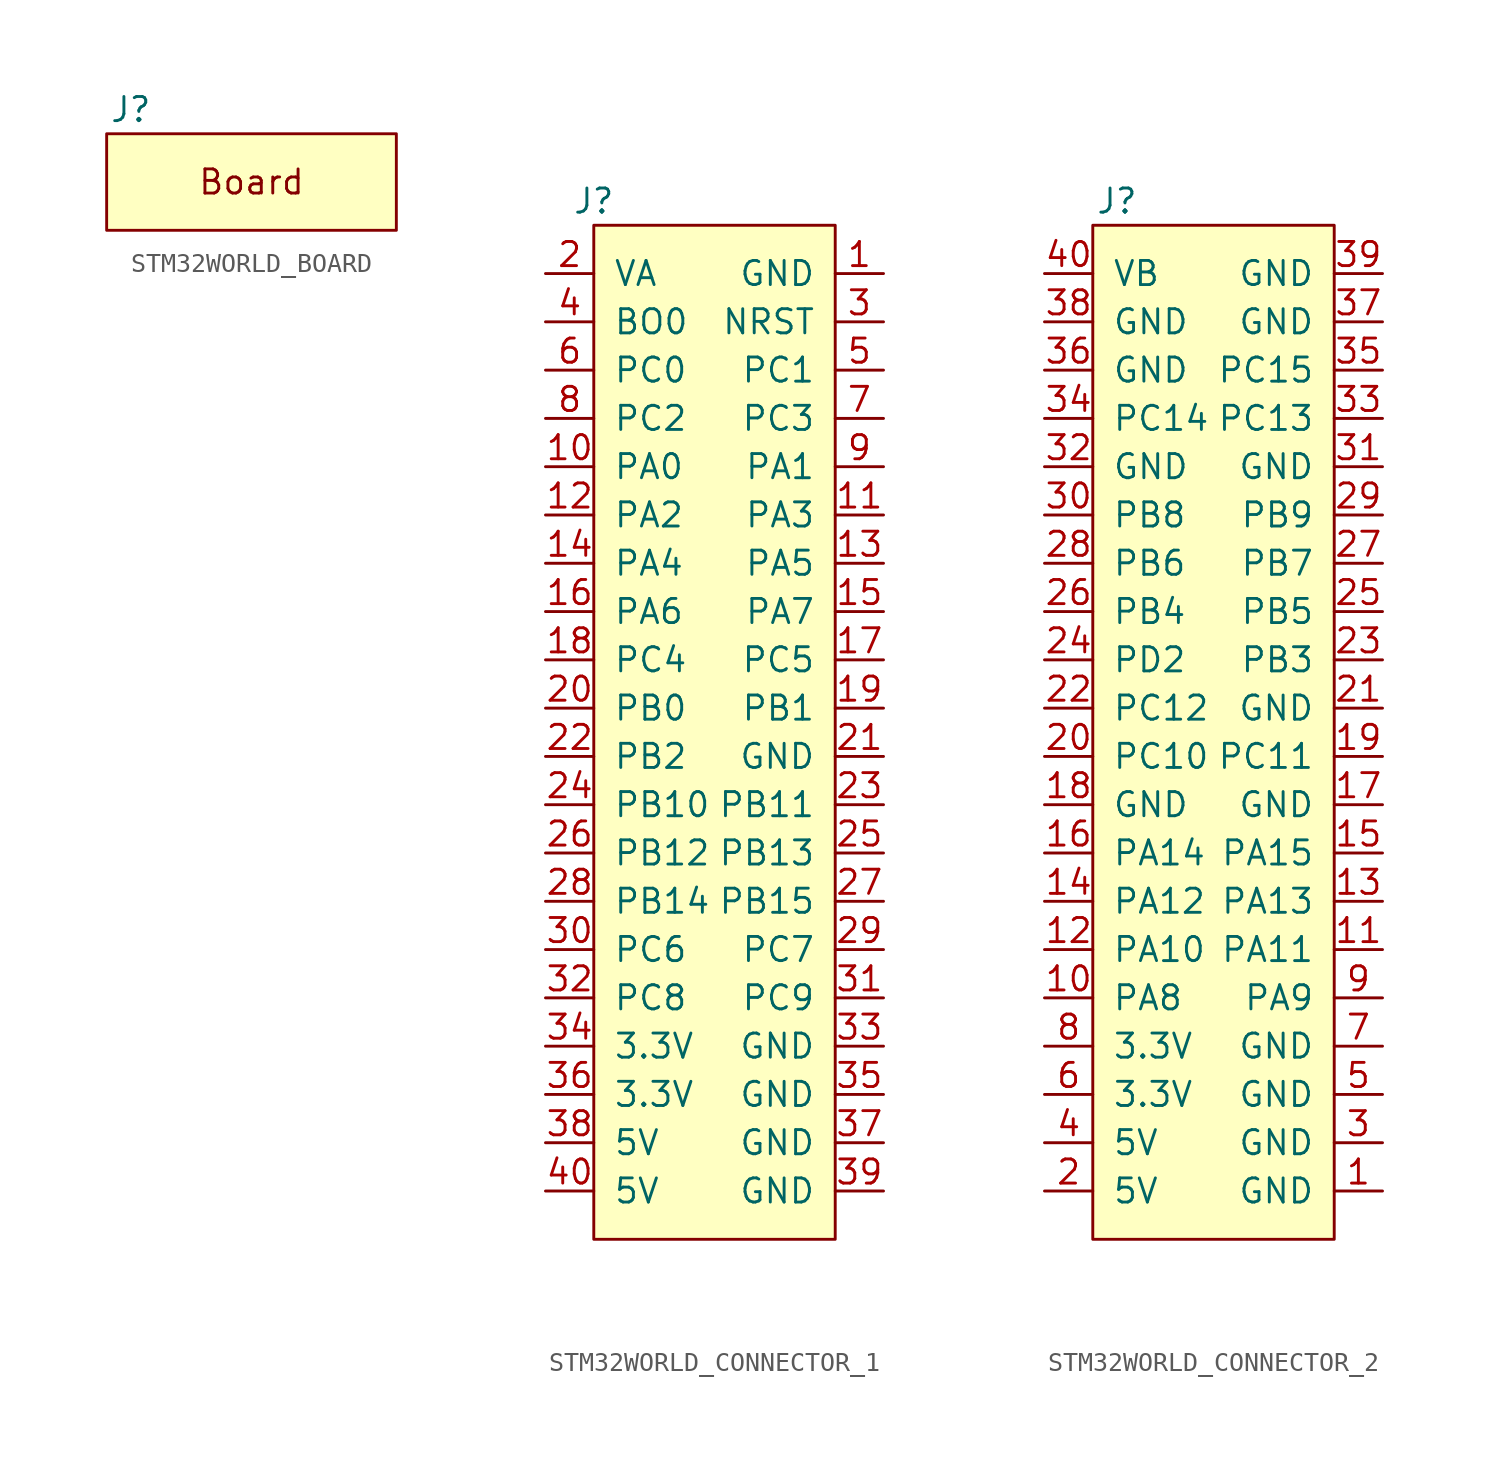
<source format=kicad_sym>
(kicad_symbol_lib
  (version 20241209)
  (generator "kicad_symbol_editor")
  (generator_version "9.0")
  (symbol "STM32WORLD_BOARD"
    (pin_names
      (offset 1.016))
    (property "Reference" "J"
      (at -6.35 3.81 0)
      (effects (font (size 1.27 1.27))))
    (symbol "STM32WORLD_BOARD_0_0"
      (text "Board" (at 0 0 0) (effects (font (size 1.27 1.27)))))
    (symbol "STM32WORLD_BOARD_0_1"
      (rectangle (start -7.62 2.54) (end 7.62 -2.54) (stroke (width 0.152) (type default)) (fill (type background)))))
  (symbol "STM32WORLD_CONNECTOR_1"
    (pin_names
      (offset 1.016))
    (property "Reference" "J"
      (at -6.35 27.94 0)
      (effects (font (size 1.27 1.27))))
    (symbol "STM32WORLD_CONNECTOR_1_0_1"
      (rectangle (start -6.35 26.67) (end 6.35 -26.67) (stroke (width 0) (type default)) (fill (type background))))
    (symbol "STM32WORLD_CONNECTOR_1_1_1"
      (pin passive line (at -8.89 24.13 0) (length 2.54) (name "VA" (effects (font (size 1.27 1.27)))) (number "2" (effects (font (size 1.27 1.27)))))
      (pin passive line (at -8.89 21.59 0) (length 2.54) (name "BO0" (effects (font (size 1.27 1.27)))) (number "4" (effects (font (size 1.27 1.27)))))
      (pin passive line (at -8.89 19.05 0) (length 2.54) (name "PC0" (effects (font (size 1.27 1.27)))) (number "6" (effects (font (size 1.27 1.27)))))
      (pin passive line (at -8.89 16.51 0) (length 2.54) (name "PC2" (effects (font (size 1.27 1.27)))) (number "8" (effects (font (size 1.27 1.27)))))
      (pin passive line (at -8.89 13.97 0) (length 2.54) (name "PA0" (effects (font (size 1.27 1.27)))) (number "10" (effects (font (size 1.27 1.27)))))
      (pin passive line (at -8.89 11.43 0) (length 2.54) (name "PA2" (effects (font (size 1.27 1.27)))) (number "12" (effects (font (size 1.27 1.27)))))
      (pin passive line (at -8.89 8.89 0) (length 2.54) (name "PA4" (effects (font (size 1.27 1.27)))) (number "14" (effects (font (size 1.27 1.27)))))
      (pin passive line (at -8.89 6.35 0) (length 2.54) (name "PA6" (effects (font (size 1.27 1.27)))) (number "16" (effects (font (size 1.27 1.27)))))
      (pin passive line (at -8.89 3.81 0) (length 2.54) (name "PC4" (effects (font (size 1.27 1.27)))) (number "18" (effects (font (size 1.27 1.27)))))
      (pin passive line (at -8.89 1.27 0) (length 2.54) (name "PB0" (effects (font (size 1.27 1.27)))) (number "20" (effects (font (size 1.27 1.27)))))
      (pin passive line (at -8.89 -1.27 0) (length 2.54) (name "PB2" (effects (font (size 1.27 1.27)))) (number "22" (effects (font (size 1.27 1.27)))))
      (pin passive line (at -8.89 -3.81 0) (length 2.54) (name "PB10" (effects (font (size 1.27 1.27)))) (number "24" (effects (font (size 1.27 1.27)))))
      (pin passive line (at -8.89 -6.35 0) (length 2.54) (name "PB12" (effects (font (size 1.27 1.27)))) (number "26" (effects (font (size 1.27 1.27)))))
      (pin passive line (at -8.89 -8.89 0) (length 2.54) (name "PB14" (effects (font (size 1.27 1.27)))) (number "28" (effects (font (size 1.27 1.27)))))
      (pin passive line (at -8.89 -11.43 0) (length 2.54) (name "PC6" (effects (font (size 1.27 1.27)))) (number "30" (effects (font (size 1.27 1.27)))))
      (pin passive line (at -8.89 -13.97 0) (length 2.54) (name "PC8" (effects (font (size 1.27 1.27)))) (number "32" (effects (font (size 1.27 1.27)))))
      (pin passive line (at -8.89 -16.51 0) (length 2.54) (name "3.3V" (effects (font (size 1.27 1.27)))) (number "34" (effects (font (size 1.27 1.27)))))
      (pin passive line (at -8.89 -19.05 0) (length 2.54) (name "3.3V" (effects (font (size 1.27 1.27)))) (number "36" (effects (font (size 1.27 1.27)))))
      (pin passive line (at -8.89 -21.59 0) (length 2.54) (name "5V" (effects (font (size 1.27 1.27)))) (number "38" (effects (font (size 1.27 1.27)))))
      (pin passive line (at -8.89 -24.13 0) (length 2.54) (name "5V" (effects (font (size 1.27 1.27)))) (number "40" (effects (font (size 1.27 1.27)))))
      (pin passive line (at 8.89 24.13 180) (length 2.54) (name "GND" (effects (font (size 1.27 1.27)))) (number "1" (effects (font (size 1.27 1.27)))))
      (pin passive line (at 8.89 21.59 180) (length 2.54) (name "NRST" (effects (font (size 1.27 1.27)))) (number "3" (effects (font (size 1.27 1.27)))))
      (pin passive line (at 8.89 19.05 180) (length 2.54) (name "PC1" (effects (font (size 1.27 1.27)))) (number "5" (effects (font (size 1.27 1.27)))))
      (pin passive line (at 8.89 16.51 180) (length 2.54) (name "PC3" (effects (font (size 1.27 1.27)))) (number "7" (effects (font (size 1.27 1.27)))))
      (pin passive line (at 8.89 13.97 180) (length 2.54) (name "PA1" (effects (font (size 1.27 1.27)))) (number "9" (effects (font (size 1.27 1.27)))))
      (pin passive line (at 8.89 11.43 180) (length 2.54) (name "PA3" (effects (font (size 1.27 1.27)))) (number "11" (effects (font (size 1.27 1.27)))))
      (pin passive line (at 8.89 8.89 180) (length 2.54) (name "PA5" (effects (font (size 1.27 1.27)))) (number "13" (effects (font (size 1.27 1.27)))))
      (pin passive line (at 8.89 6.35 180) (length 2.54) (name "PA7" (effects (font (size 1.27 1.27)))) (number "15" (effects (font (size 1.27 1.27)))))
      (pin passive line (at 8.89 3.81 180) (length 2.54) (name "PC5" (effects (font (size 1.27 1.27)))) (number "17" (effects (font (size 1.27 1.27)))))
      (pin passive line (at 8.89 1.27 180) (length 2.54) (name "PB1" (effects (font (size 1.27 1.27)))) (number "19" (effects (font (size 1.27 1.27)))))
      (pin passive line (at 8.89 -1.27 180) (length 2.54) (name "GND" (effects (font (size 1.27 1.27)))) (number "21" (effects (font (size 1.27 1.27)))))
      (pin passive line (at 8.89 -3.81 180) (length 2.54) (name "PB11" (effects (font (size 1.27 1.27)))) (number "23" (effects (font (size 1.27 1.27)))))
      (pin passive line (at 8.89 -6.35 180) (length 2.54) (name "PB13" (effects (font (size 1.27 1.27)))) (number "25" (effects (font (size 1.27 1.27)))))
      (pin passive line (at 8.89 -8.89 180) (length 2.54) (name "PB15" (effects (font (size 1.27 1.27)))) (number "27" (effects (font (size 1.27 1.27)))))
      (pin passive line (at 8.89 -11.43 180) (length 2.54) (name "PC7" (effects (font (size 1.27 1.27)))) (number "29" (effects (font (size 1.27 1.27)))))
      (pin passive line (at 8.89 -13.97 180) (length 2.54) (name "PC9" (effects (font (size 1.27 1.27)))) (number "31" (effects (font (size 1.27 1.27)))))
      (pin passive line (at 8.89 -16.51 180) (length 2.54) (name "GND" (effects (font (size 1.27 1.27)))) (number "33" (effects (font (size 1.27 1.27)))))
      (pin passive line (at 8.89 -19.05 180) (length 2.54) (name "GND" (effects (font (size 1.27 1.27)))) (number "35" (effects (font (size 1.27 1.27)))))
      (pin passive line (at 8.89 -21.59 180) (length 2.54) (name "GND" (effects (font (size 1.27 1.27)))) (number "37" (effects (font (size 1.27 1.27)))))
      (pin passive line (at 8.89 -24.13 180) (length 2.54) (name "GND" (effects (font (size 1.27 1.27)))) (number "39" (effects (font (size 1.27 1.27)))))))
  (symbol "STM32WORLD_CONNECTOR_2"
    (pin_names
      (offset 1.016))
    (property "Reference" "J"
      (at -5.08 27.94 0)
      (effects (font (size 1.27 1.27))))
    (symbol "STM32WORLD_CONNECTOR_2_0_1"
      (rectangle (start 6.35 26.67) (end -6.35 -26.67) (stroke (width 0) (type default)) (fill (type background))))
    (symbol "STM32WORLD_CONNECTOR_2_1_1"
      (pin passive line (at -8.89 24.13 0) (length 2.54) (name "VB" (effects (font (size 1.27 1.27)))) (number "40" (effects (font (size 1.27 1.27)))))
      (pin passive line (at -8.89 21.59 0) (length 2.54) (name "GND" (effects (font (size 1.27 1.27)))) (number "38" (effects (font (size 1.27 1.27)))))
      (pin passive line (at -8.89 19.05 0) (length 2.54) (name "GND" (effects (font (size 1.27 1.27)))) (number "36" (effects (font (size 1.27 1.27)))))
      (pin passive line (at -8.89 16.51 0) (length 2.54) (name "PC14" (effects (font (size 1.27 1.27)))) (number "34" (effects (font (size 1.27 1.27)))))
      (pin passive line (at -8.89 13.97 0) (length 2.54) (name "GND" (effects (font (size 1.27 1.27)))) (number "32" (effects (font (size 1.27 1.27)))))
      (pin passive line (at -8.89 11.43 0) (length 2.54) (name "PB8" (effects (font (size 1.27 1.27)))) (number "30" (effects (font (size 1.27 1.27)))))
      (pin passive line (at -8.89 8.89 0) (length 2.54) (name "PB6" (effects (font (size 1.27 1.27)))) (number "28" (effects (font (size 1.27 1.27)))))
      (pin passive line (at -8.89 6.35 0) (length 2.54) (name "PB4" (effects (font (size 1.27 1.27)))) (number "26" (effects (font (size 1.27 1.27)))))
      (pin passive line (at -8.89 3.81 0) (length 2.54) (name "PD2" (effects (font (size 1.27 1.27)))) (number "24" (effects (font (size 1.27 1.27)))))
      (pin passive line (at -8.89 1.27 0) (length 2.54) (name "PC12" (effects (font (size 1.27 1.27)))) (number "22" (effects (font (size 1.27 1.27)))))
      (pin passive line (at -8.89 -1.27 0) (length 2.54) (name "PC10" (effects (font (size 1.27 1.27)))) (number "20" (effects (font (size 1.27 1.27)))))
      (pin passive line (at -8.89 -3.81 0) (length 2.54) (name "GND" (effects (font (size 1.27 1.27)))) (number "18" (effects (font (size 1.27 1.27)))))
      (pin passive line (at -8.89 -6.35 0) (length 2.54) (name "PA14" (effects (font (size 1.27 1.27)))) (number "16" (effects (font (size 1.27 1.27)))))
      (pin passive line (at -8.89 -8.89 0) (length 2.54) (name "PA12" (effects (font (size 1.27 1.27)))) (number "14" (effects (font (size 1.27 1.27)))))
      (pin passive line (at -8.89 -11.43 0) (length 2.54) (name "PA10" (effects (font (size 1.27 1.27)))) (number "12" (effects (font (size 1.27 1.27)))))
      (pin passive line (at -8.89 -13.97 0) (length 2.54) (name "PA8" (effects (font (size 1.27 1.27)))) (number "10" (effects (font (size 1.27 1.27)))))
      (pin passive line (at -8.89 -16.51 0) (length 2.54) (name "3.3V" (effects (font (size 1.27 1.27)))) (number "8" (effects (font (size 1.27 1.27)))))
      (pin passive line (at -8.89 -19.05 0) (length 2.54) (name "3.3V" (effects (font (size 1.27 1.27)))) (number "6" (effects (font (size 1.27 1.27)))))
      (pin passive line (at -8.89 -21.59 0) (length 2.54) (name "5V" (effects (font (size 1.27 1.27)))) (number "4" (effects (font (size 1.27 1.27)))))
      (pin passive line (at -8.89 -24.13 0) (length 2.54) (name "5V" (effects (font (size 1.27 1.27)))) (number "2" (effects (font (size 1.27 1.27)))))
      (pin passive line (at 8.89 24.13 180) (length 2.54) (name "GND" (effects (font (size 1.27 1.27)))) (number "39" (effects (font (size 1.27 1.27)))))
      (pin passive line (at 8.89 21.59 180) (length 2.54) (name "GND" (effects (font (size 1.27 1.27)))) (number "37" (effects (font (size 1.27 1.27)))))
      (pin passive line (at 8.89 19.05 180) (length 2.54) (name "PC15" (effects (font (size 1.27 1.27)))) (number "35" (effects (font (size 1.27 1.27)))))
      (pin passive line (at 8.89 16.51 180) (length 2.54) (name "PC13" (effects (font (size 1.27 1.27)))) (number "33" (effects (font (size 1.27 1.27)))))
      (pin passive line (at 8.89 13.97 180) (length 2.54) (name "GND" (effects (font (size 1.27 1.27)))) (number "31" (effects (font (size 1.27 1.27)))))
      (pin passive line (at 8.89 11.43 180) (length 2.54) (name "PB9" (effects (font (size 1.27 1.27)))) (number "29" (effects (font (size 1.27 1.27)))))
      (pin passive line (at 8.89 8.89 180) (length 2.54) (name "PB7" (effects (font (size 1.27 1.27)))) (number "27" (effects (font (size 1.27 1.27)))))
      (pin passive line (at 8.89 6.35 180) (length 2.54) (name "PB5" (effects (font (size 1.27 1.27)))) (number "25" (effects (font (size 1.27 1.27)))))
      (pin passive line (at 8.89 3.81 180) (length 2.54) (name "PB3" (effects (font (size 1.27 1.27)))) (number "23" (effects (font (size 1.27 1.27)))))
      (pin passive line (at 8.89 1.27 180) (length 2.54) (name "GND" (effects (font (size 1.27 1.27)))) (number "21" (effects (font (size 1.27 1.27)))))
      (pin passive line (at 8.89 -1.27 180) (length 2.54) (name "PC11" (effects (font (size 1.27 1.27)))) (number "19" (effects (font (size 1.27 1.27)))))
      (pin passive line (at 8.89 -3.81 180) (length 2.54) (name "GND" (effects (font (size 1.27 1.27)))) (number "17" (effects (font (size 1.27 1.27)))))
      (pin passive line (at 8.89 -6.35 180) (length 2.54) (name "PA15" (effects (font (size 1.27 1.27)))) (number "15" (effects (font (size 1.27 1.27)))))
      (pin passive line (at 8.89 -8.89 180) (length 2.54) (name "PA13" (effects (font (size 1.27 1.27)))) (number "13" (effects (font (size 1.27 1.27)))))
      (pin passive line (at 8.89 -11.43 180) (length 2.54) (name "PA11" (effects (font (size 1.27 1.27)))) (number "11" (effects (font (size 1.27 1.27)))))
      (pin passive line (at 8.89 -13.97 180) (length 2.54) (name "PA9" (effects (font (size 1.27 1.27)))) (number "9" (effects (font (size 1.27 1.27)))))
      (pin passive line (at 8.89 -16.51 180) (length 2.54) (name "GND" (effects (font (size 1.27 1.27)))) (number "7" (effects (font (size 1.27 1.27)))))
      (pin passive line (at 8.89 -19.05 180) (length 2.54) (name "GND" (effects (font (size 1.27 1.27)))) (number "5" (effects (font (size 1.27 1.27)))))
      (pin passive line (at 8.89 -21.59 180) (length 2.54) (name "GND" (effects (font (size 1.27 1.27)))) (number "3" (effects (font (size 1.27 1.27)))))
      (pin passive line (at 8.89 -24.13 180) (length 2.54) (name "GND" (effects (font (size 1.27 1.27)))) (number "1" (effects (font (size 1.27 1.27))))))))
</source>
